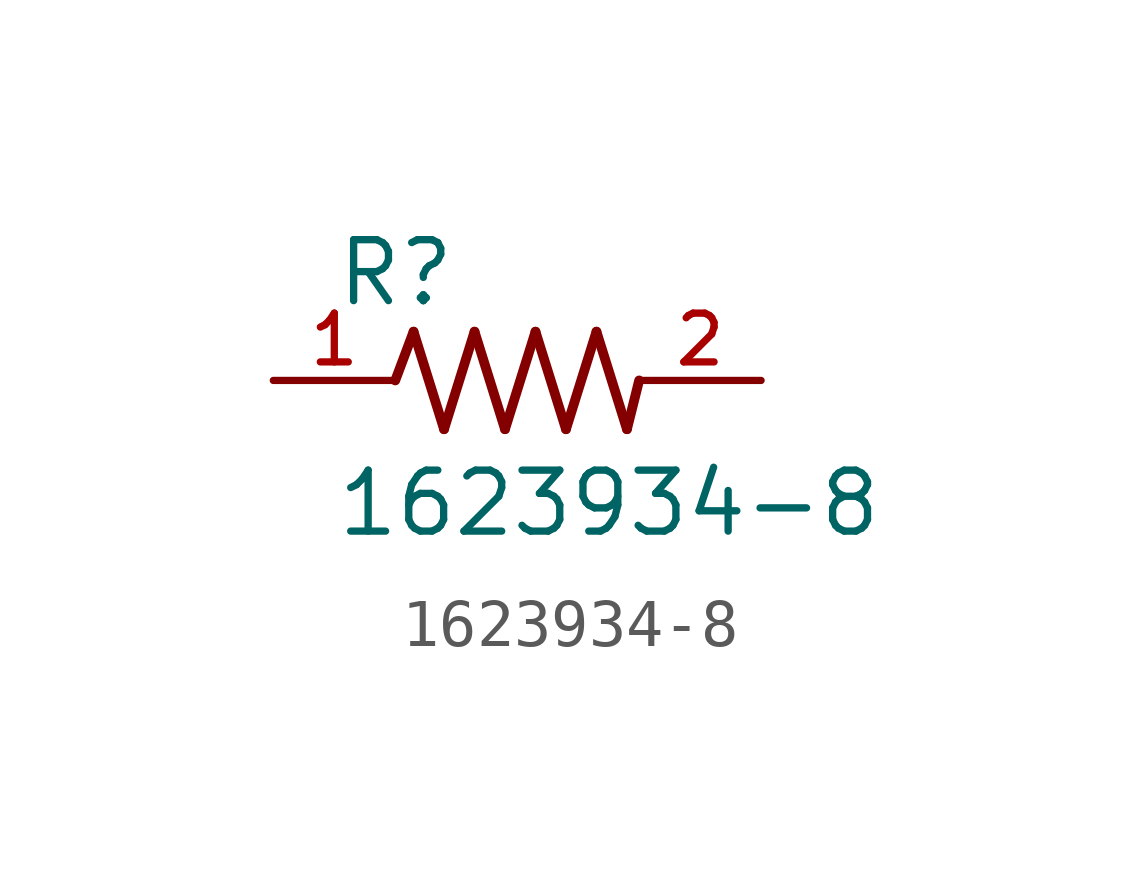
<source format=kicad_sym>
(kicad_symbol_lib
  (version 20211014)
  (generator kicad_symbol_editor)
  (symbol "1623934-8"
    (pin_names
      (offset 1.016))
    (property "Reference" "R"
      (at -3.81 1.499 0)
      (effects (font (size 1.27 1.27)) (justify bottom left)))
    (property "Value" "1623934-8"
      (at -3.81 -3.302 0)
      (effects (font (size 1.27 1.27)) (justify bottom left)))
    (symbol "1623934-8_0_0"
      (polyline (pts (xy -2.54 0.0) (xy -2.159 1.016)) (stroke (width 0.203)))
      (polyline (pts (xy -2.159 1.016) (xy -1.524 -1.016)) (stroke (width 0.203)))
      (polyline (pts (xy -1.524 -1.016) (xy -0.889 1.016)) (stroke (width 0.203)))
      (polyline (pts (xy -0.889 1.016) (xy -0.254 -1.016)) (stroke (width 0.203)))
      (polyline (pts (xy -0.254 -1.016) (xy 0.381 1.016)) (stroke (width 0.203)))
      (polyline (pts (xy 0.381 1.016) (xy 1.016 -1.016)) (stroke (width 0.203)))
      (polyline (pts (xy 1.016 -1.016) (xy 1.651 1.016)) (stroke (width 0.203)))
      (polyline (pts (xy 1.651 1.016) (xy 2.286 -1.016)) (stroke (width 0.203)))
      (polyline (pts (xy 2.286 -1.016) (xy 2.54 0.0)) (stroke (width 0.203)))
      (pin passive line (at 5.08 0.0 180.0) (length 2.54) (name "~" (effects (font (size 1.016 1.016)))) (number "2" (effects (font (size 1.016 1.016)))))
      (pin passive line (at -5.08 0.0 0) (length 2.54) (name "~" (effects (font (size 1.016 1.016)))) (number "1" (effects (font (size 1.016 1.016))))))))
</source>
